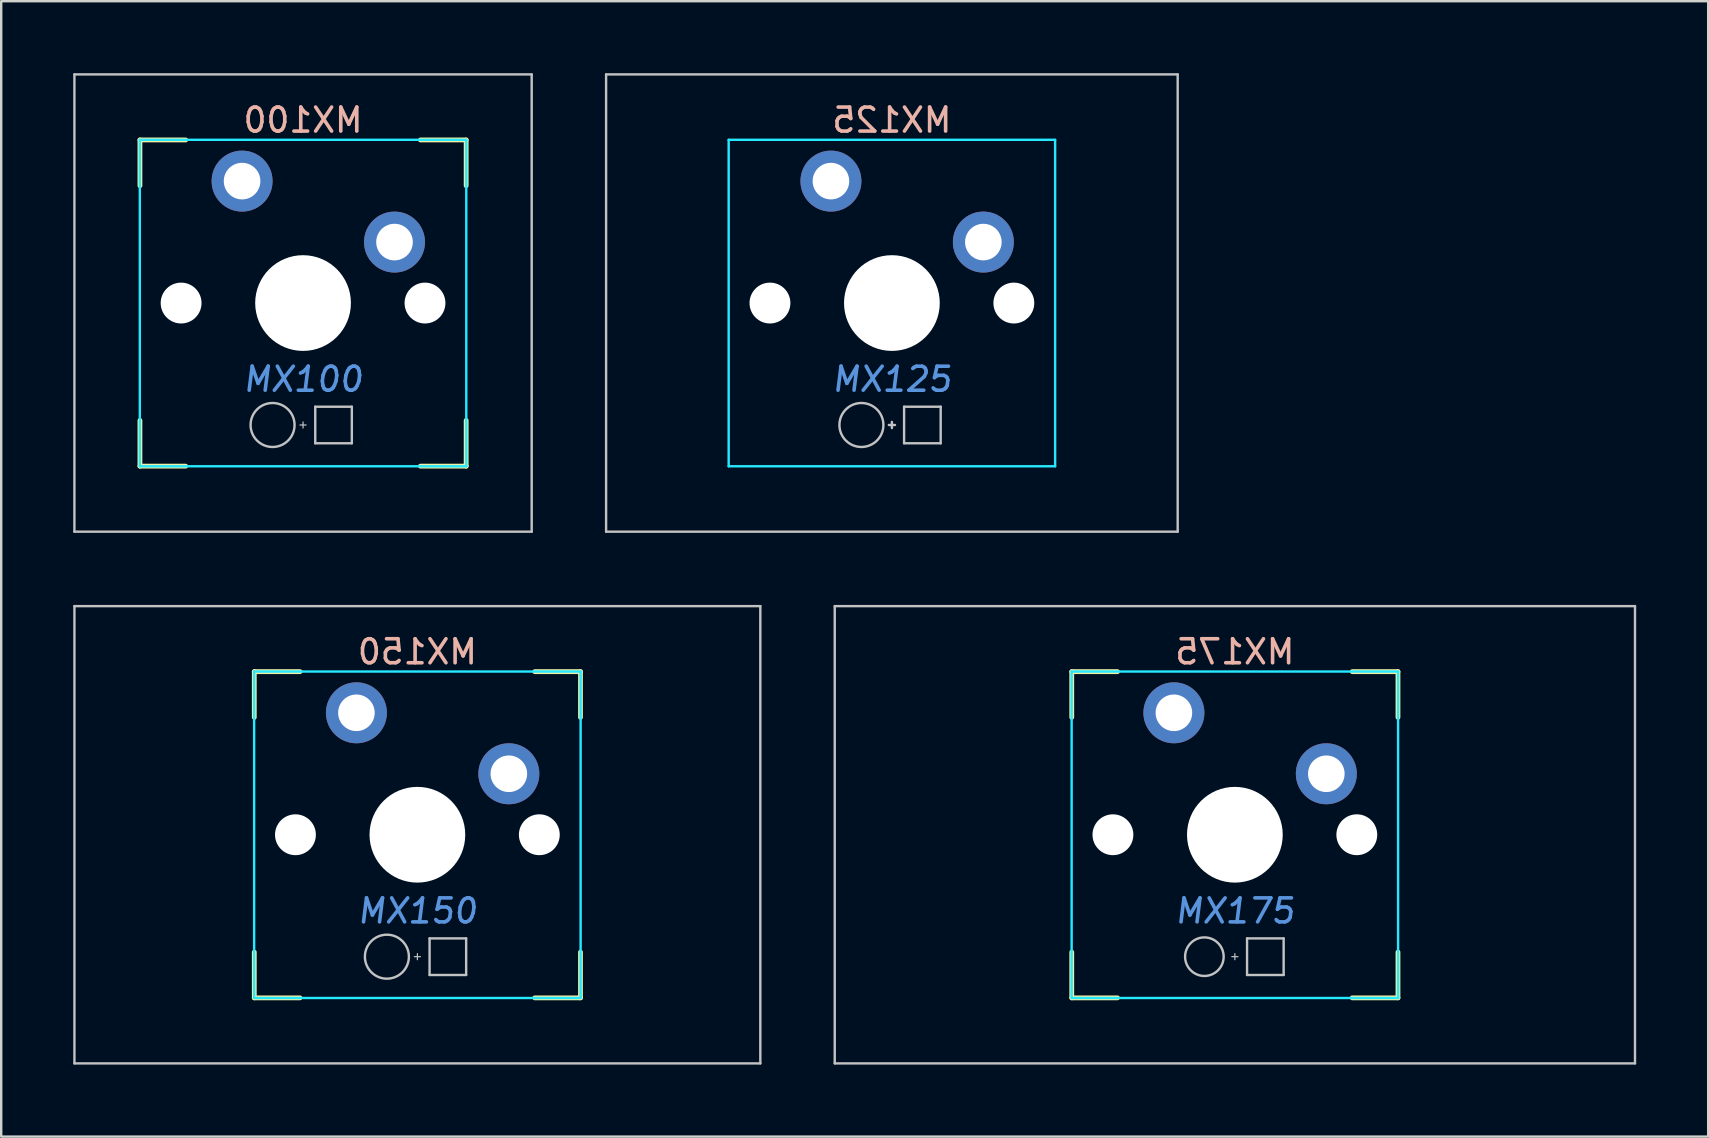
<source format=kicad_pcb>
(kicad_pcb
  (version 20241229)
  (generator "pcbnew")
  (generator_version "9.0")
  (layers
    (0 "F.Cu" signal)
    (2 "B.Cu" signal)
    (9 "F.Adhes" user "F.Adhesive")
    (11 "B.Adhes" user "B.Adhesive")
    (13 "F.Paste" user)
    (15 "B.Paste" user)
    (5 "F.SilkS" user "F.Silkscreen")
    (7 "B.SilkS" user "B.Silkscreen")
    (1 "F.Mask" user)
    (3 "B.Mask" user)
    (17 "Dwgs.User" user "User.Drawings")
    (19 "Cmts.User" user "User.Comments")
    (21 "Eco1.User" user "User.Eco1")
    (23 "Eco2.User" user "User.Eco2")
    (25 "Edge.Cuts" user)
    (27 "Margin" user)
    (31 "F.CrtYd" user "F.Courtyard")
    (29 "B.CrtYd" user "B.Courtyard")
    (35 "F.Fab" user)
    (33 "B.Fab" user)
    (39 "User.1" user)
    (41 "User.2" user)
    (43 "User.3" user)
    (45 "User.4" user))
  (footprint "MX100"
    (layer "F.Cu")
    (at 9.575 9.575)
    (property "Reference" "MX100" (at 0 3.175 0) (layer "Cmts.User") (effects (font (size 1 1) (thickness 0.15) (italic yes))))
    (property "Value" "MX100" (at 0 8.636 0) (layer "Cmts.User") (hide yes) (effects (font (size 1 1) (thickness 0.15))))
    (attr through_hole)
    (fp_line (start -6.795 -4.889) (end -6.795 -6.795) (stroke (width 0.2) (type solid)) (layer "F.SilkS"))
    (fp_line (start -6.795 4.889) (end -6.795 6.795) (stroke (width 0.2) (type solid)) (layer "F.SilkS"))
    (fp_line (start -4.889 -6.795) (end -6.795 -6.795) (stroke (width 0.2) (type solid)) (layer "F.SilkS"))
    (fp_line (start -4.889 6.795) (end -6.795 6.795) (stroke (width 0.2) (type solid)) (layer "F.SilkS"))
    (fp_line (start 4.889 -6.795) (end 6.795 -6.795) (stroke (width 0.2) (type solid)) (layer "F.SilkS"))
    (fp_line (start 4.889 6.795) (end 6.795 6.795) (stroke (width 0.2) (type solid)) (layer "F.SilkS"))
    (fp_line (start 6.795 -4.889) (end 6.795 -6.795) (stroke (width 0.2) (type solid)) (layer "F.SilkS"))
    (fp_line (start 6.795 4.889) (end 6.795 6.795) (stroke (width 0.2) (type solid)) (layer "F.SilkS"))
    (fp_line (start -9.525 -9.525) (end 9.525 -9.525) (stroke (width 0.1) (type solid)) (layer "Dwgs.User"))
    (fp_line (start -9.525 9.525) (end -9.525 -9.525) (stroke (width 0.1) (type solid)) (layer "Dwgs.User"))
    (fp_line (start -0.127 5.08) (end 0.127 5.08) (stroke (width 0.05) (type solid)) (layer "Dwgs.User"))
    (fp_line (start 0 4.953) (end 0 5.207) (stroke (width 0.05) (type solid)) (layer "Dwgs.User"))
    (fp_line (start 0.508 4.318) (end 0.508 5.842) (stroke (width 0.1) (type solid)) (layer "Dwgs.User"))
    (fp_line (start 0.508 4.318) (end 2.032 4.318) (stroke (width 0.1) (type solid)) (layer "Dwgs.User"))
    (fp_line (start 2.032 5.842) (end 0.508 5.842) (stroke (width 0.1) (type solid)) (layer "Dwgs.User"))
    (fp_line (start 2.032 5.842) (end 2.032 4.318) (stroke (width 0.1) (type solid)) (layer "Dwgs.User"))
    (fp_line (start 9.525 -9.525) (end 9.525 9.525) (stroke (width 0.1) (type solid)) (layer "Dwgs.User"))
    (fp_line (start 9.525 9.525) (end -9.525 9.525) (stroke (width 0.1) (type solid)) (layer "Dwgs.User"))
    (fp_circle (center -1.27 5.08) (end -0.354 5.08) (stroke (width 0.1) (type solid)) (fill no) (layer "Dwgs.User"))
    (fp_line (start -6.8 -6.8) (end -6.8 6.8) (stroke (width 0.1) (type solid)) (layer "B.CrtYd"))
    (fp_line (start -6.8 -6.8) (end 6.8 -6.8) (stroke (width 0.1) (type solid)) (layer "B.CrtYd"))
    (fp_line (start -6.8 6.8) (end 6.8 6.8) (stroke (width 0.1) (type solid)) (layer "B.CrtYd"))
    (fp_line (start 6.8 -6.8) (end 6.8 6.8) (stroke (width 0.1) (type solid)) (layer "B.CrtYd"))
    (fp_text user "${VALUE}" (at 0 -7.62 0) (layer "B.SilkS") (effects (font (size 1 1) (thickness 0.15)) (justify mirror)))
    (pad "" np_thru_hole circle (at -5.08 0) (size 1.702 1.702) (drill 1.702) (layers "*.Cu" "*.Mask"))
    (pad "" np_thru_hole circle (at 0 0) (size 3.988 3.988) (drill 3.988) (layers "*.Cu" "*.Mask"))
    (pad "" np_thru_hole circle (at 5.08 0) (size 1.702 1.702) (drill 1.702) (layers "*.Cu" "*.Mask"))
    (pad "1" thru_hole circle (at -2.54 -5.08) (size 2.54 2.54) (drill 1.525) (layers "*.Cu" "*.Mask"))
    (pad "2" thru_hole circle (at 3.81 -2.54 90) (size 2.54 2.54) (drill 1.525) (layers "*.Cu" "*.Mask")))
  (footprint "MX175"
    (layer "F.Cu")
    (at 48.394 31.725)
    (property "Reference" "MX175" (at 0 3.175 0) (layer "Cmts.User") (effects (font (size 1 1) (thickness 0.15) (italic yes))))
    (property "Value" "MX175" (at 0 8.255 0) (layer "Cmts.User") (hide yes) (effects (font (size 1 1) (thickness 0.15))))
    (attr through_hole)
    (fp_line (start -6.795 -4.889) (end -6.795 -6.795) (stroke (width 0.2) (type solid)) (layer "F.SilkS"))
    (fp_line (start -6.795 4.889) (end -6.795 6.795) (stroke (width 0.2) (type solid)) (layer "F.SilkS"))
    (fp_line (start -4.889 -6.795) (end -6.795 -6.795) (stroke (width 0.2) (type solid)) (layer "F.SilkS"))
    (fp_line (start -4.889 6.795) (end -6.795 6.795) (stroke (width 0.2) (type solid)) (layer "F.SilkS"))
    (fp_line (start 4.889 -6.795) (end 6.795 -6.795) (stroke (width 0.2) (type solid)) (layer "F.SilkS"))
    (fp_line (start 4.889 6.795) (end 6.795 6.795) (stroke (width 0.2) (type solid)) (layer "F.SilkS"))
    (fp_line (start 6.795 -4.889) (end 6.795 -6.795) (stroke (width 0.2) (type solid)) (layer "F.SilkS"))
    (fp_line (start 6.795 4.889) (end 6.795 6.795) (stroke (width 0.2) (type solid)) (layer "F.SilkS"))
    (fp_line (start -16.669 -9.525) (end -16.669 9.525) (stroke (width 0.1) (type solid)) (layer "Dwgs.User"))
    (fp_line (start -16.669 -9.525) (end 16.669 -9.525) (stroke (width 0.1) (type solid)) (layer "Dwgs.User"))
    (fp_line (start -16.669 9.525) (end 16.669 9.525) (stroke (width 0.1) (type solid)) (layer "Dwgs.User"))
    (fp_line (start -0.127 5.08) (end 0.127 5.08) (stroke (width 0.05) (type solid)) (layer "Dwgs.User"))
    (fp_line (start 0 4.953) (end 0 5.207) (stroke (width 0.05) (type solid)) (layer "Dwgs.User"))
    (fp_line (start 0.508 4.318) (end 0.508 5.842) (stroke (width 0.1) (type solid)) (layer "Dwgs.User"))
    (fp_line (start 0.508 4.318) (end 2.032 4.318) (stroke (width 0.1) (type solid)) (layer "Dwgs.User"))
    (fp_line (start 0.508 5.842) (end 2.032 5.842) (stroke (width 0.1) (type solid)) (layer "Dwgs.User"))
    (fp_line (start 2.032 5.842) (end 2.032 4.318) (stroke (width 0.1) (type solid)) (layer "Dwgs.User"))
    (fp_line (start 16.669 -9.525) (end 16.669 9.525) (stroke (width 0.1) (type solid)) (layer "Dwgs.User"))
    (fp_circle (center -1.27 5.08) (end -0.467 5.08) (stroke (width 0.1) (type solid)) (fill no) (layer "Dwgs.User"))
    (fp_line (start -6.8 -6.8) (end 6.8 -6.8) (stroke (width 0.1) (type solid)) (layer "B.CrtYd"))
    (fp_line (start -6.8 6.8) (end -6.8 -6.8) (stroke (width 0.1) (type solid)) (layer "B.CrtYd"))
    (fp_line (start -6.8 6.8) (end 6.8 6.8) (stroke (width 0.1) (type solid)) (layer "B.CrtYd"))
    (fp_line (start 6.8 6.8) (end 6.8 -6.8) (stroke (width 0.1) (type solid)) (layer "B.CrtYd"))
    (fp_text user "${VALUE}" (at 0 -7.62 0) (layer "B.SilkS") (effects (font (size 1 1) (thickness 0.15)) (justify mirror)))
    (pad "" np_thru_hole circle (at -5.08 0) (size 1.702 1.702) (drill 1.702) (layers "*.Cu" "*.Mask"))
    (pad "" np_thru_hole circle (at 0 0) (size 3.988 3.988) (drill 3.988) (layers "*.Cu" "*.Mask"))
    (pad "" np_thru_hole circle (at 5.08 0) (size 1.702 1.702) (drill 1.702) (layers "*.Cu" "*.Mask"))
    (pad "1" thru_hole circle (at -2.54 -5.08) (size 2.54 2.54) (drill 1.524) (layers "*.Cu" "*.Mask"))
    (pad "2" thru_hole circle (at 3.81 -2.54) (size 2.54 2.54) (drill 1.524) (layers "*.Cu" "*.Mask")))
  (footprint "MX150"
    (layer "F.Cu")
    (at 14.338 31.725)
    (property "Reference" "MX150" (at 0 3.175 0) (layer "Cmts.User") (effects (font (size 1 1) (thickness 0.15) (italic yes))))
    (property "Value" "MX150" (at 0 6.985 0) (layer "Cmts.User") (hide yes) (effects (font (size 1 1) (thickness 0.15))))
    (attr through_hole)
    (fp_line (start -6.795 -4.889) (end -6.795 -6.795) (stroke (width 0.2) (type solid)) (layer "F.SilkS"))
    (fp_line (start -6.795 4.889) (end -6.795 6.795) (stroke (width 0.2) (type solid)) (layer "F.SilkS"))
    (fp_line (start -4.889 -6.795) (end -6.795 -6.795) (stroke (width 0.2) (type solid)) (layer "F.SilkS"))
    (fp_line (start -4.889 6.795) (end -6.795 6.795) (stroke (width 0.2) (type solid)) (layer "F.SilkS"))
    (fp_line (start 4.889 -6.795) (end 6.795 -6.795) (stroke (width 0.2) (type solid)) (layer "F.SilkS"))
    (fp_line (start 4.889 6.795) (end 6.795 6.795) (stroke (width 0.2) (type solid)) (layer "F.SilkS"))
    (fp_line (start 6.795 -4.889) (end 6.795 -6.795) (stroke (width 0.2) (type solid)) (layer "F.SilkS"))
    (fp_line (start 6.795 4.889) (end 6.795 6.795) (stroke (width 0.2) (type solid)) (layer "F.SilkS"))
    (fp_line (start -14.287 -9.525) (end -14.287 9.525) (stroke (width 0.1) (type solid)) (layer "Dwgs.User"))
    (fp_line (start -14.287 -9.525) (end 14.287 -9.525) (stroke (width 0.1) (type solid)) (layer "Dwgs.User"))
    (fp_line (start -14.287 9.525) (end 14.287 9.525) (stroke (width 0.1) (type solid)) (layer "Dwgs.User"))
    (fp_line (start 0 5.207) (end 0 4.953) (stroke (width 0.05) (type solid)) (layer "Dwgs.User"))
    (fp_line (start 0.127 5.08) (end -0.127 5.08) (stroke (width 0.05) (type solid)) (layer "Dwgs.User"))
    (fp_line (start 0.508 4.318) (end 2.032 4.318) (stroke (width 0.1) (type solid)) (layer "Dwgs.User"))
    (fp_line (start 0.508 5.842) (end 0.508 4.318) (stroke (width 0.1) (type solid)) (layer "Dwgs.User"))
    (fp_line (start 0.508 5.842) (end 2.032 5.842) (stroke (width 0.1) (type solid)) (layer "Dwgs.User"))
    (fp_line (start 2.032 5.842) (end 2.032 4.318) (stroke (width 0.1) (type solid)) (layer "Dwgs.User"))
    (fp_line (start 14.287 -9.525) (end 14.287 9.525) (stroke (width 0.1) (type solid)) (layer "Dwgs.User"))
    (fp_circle (center -1.27 5.08) (end -0.354 5.08) (stroke (width 0.1) (type solid)) (fill no) (layer "Dwgs.User"))
    (fp_line (start -6.8 -6.8) (end 6.8 -6.8) (stroke (width 0.1) (type solid)) (layer "B.CrtYd"))
    (fp_line (start -6.8 6.8) (end -6.8 -6.8) (stroke (width 0.1) (type solid)) (layer "B.CrtYd"))
    (fp_line (start -6.8 6.8) (end 6.8 6.8) (stroke (width 0.1) (type solid)) (layer "B.CrtYd"))
    (fp_line (start 6.8 6.8) (end 6.8 -6.8) (stroke (width 0.1) (type solid)) (layer "B.CrtYd"))
    (fp_text user "${VALUE}" (at 0 -7.62 0) (layer "B.SilkS") (effects (font (size 1 1) (thickness 0.15)) (justify mirror)))
    (pad "" np_thru_hole circle (at -5.08 0) (size 1.702 1.702) (drill 1.702) (layers "*.Cu" "*.Mask"))
    (pad "" np_thru_hole circle (at 0 0) (size 3.988 3.988) (drill 3.988) (layers "*.Cu" "*.Mask"))
    (pad "" np_thru_hole circle (at 5.08 0) (size 1.702 1.702) (drill 1.702) (layers "*.Cu" "*.Mask"))
    (pad "1" thru_hole circle (at -2.54 -5.08) (size 2.54 2.54) (drill 1.524) (layers "*.Cu" "*.Mask"))
    (pad "2" thru_hole circle (at 3.81 -2.54) (size 2.54 2.54) (drill 1.524) (layers "*.Cu" "*.Mask")))
  (footprint "MX125"
    (layer "F.Cu")
    (at 34.106 9.575)
    (property "Reference" "MX125" (at 0 3.175 0) (layer "Cmts.User") (effects (font (size 1 1) (thickness 0.15) (italic yes))))
    (property "Value" "MX125" (at 0 8.636 0) (layer "Cmts.User") (hide yes) (effects (font (size 1 1) (thickness 0.15))))
    (attr through_hole)
    (fp_line (start -11.906 -9.525) (end -11.906 9.525) (stroke (width 0.1) (type solid)) (layer "Dwgs.User"))
    (fp_line (start -11.906 -9.525) (end 11.906 -9.525) (stroke (width 0.1) (type solid)) (layer "Dwgs.User"))
    (fp_line (start -11.906 9.525) (end 11.906 9.525) (stroke (width 0.1) (type solid)) (layer "Dwgs.User"))
    (fp_line (start -0.127 5.08) (end 0.127 5.08) (stroke (width 0.1) (type solid)) (layer "Dwgs.User"))
    (fp_line (start 0 4.953) (end 0 5.207) (stroke (width 0.1) (type solid)) (layer "Dwgs.User"))
    (fp_line (start 0.508 4.318) (end 2.032 4.318) (stroke (width 0.1) (type solid)) (layer "Dwgs.User"))
    (fp_line (start 0.508 5.842) (end 0.508 4.318) (stroke (width 0.1) (type solid)) (layer "Dwgs.User"))
    (fp_line (start 2.032 4.318) (end 2.032 5.842) (stroke (width 0.1) (type solid)) (layer "Dwgs.User"))
    (fp_line (start 2.032 5.842) (end 0.508 5.842) (stroke (width 0.1) (type solid)) (layer "Dwgs.User"))
    (fp_line (start 11.906 -9.525) (end 11.906 9.525) (stroke (width 0.1) (type solid)) (layer "Dwgs.User"))
    (fp_circle (center -1.27 5.08) (end -0.354 5.08) (stroke (width 0.1) (type solid)) (fill no) (layer "Dwgs.User"))
    (fp_line (start -6.8 -6.8) (end -6.8 6.8) (stroke (width 0.1) (type solid)) (layer "B.CrtYd"))
    (fp_line (start -6.8 -6.8) (end 6.8 -6.8) (stroke (width 0.1) (type solid)) (layer "B.CrtYd"))
    (fp_line (start -6.8 6.8) (end 6.8 6.8) (stroke (width 0.1) (type solid)) (layer "B.CrtYd"))
    (fp_line (start 6.8 6.8) (end 6.8 -6.8) (stroke (width 0.1) (type solid)) (layer "B.CrtYd"))
    (fp_text user "${VALUE}" (at 0 -7.62 0) (layer "B.SilkS") (effects (font (size 1 1) (thickness 0.15)) (justify mirror)))
    (pad "" np_thru_hole circle (at -5.08 0) (size 1.702 1.702) (drill 1.702) (layers "*.Cu" "*.Mask"))
    (pad "" np_thru_hole circle (at 0 0) (size 3.988 3.988) (drill 3.988) (layers "*.Cu" "*.Mask"))
    (pad "" np_thru_hole circle (at 5.08 0) (size 1.702 1.702) (drill 1.702) (layers "*.Cu" "*.Mask"))
    (pad "1" thru_hole circle (at -2.54 -5.08) (size 2.54 2.54) (drill 1.524) (layers "*.Cu" "*.Mask"))
    (pad "2" thru_hole circle (at 3.81 -2.54) (size 2.54 2.54) (drill 1.524) (layers "*.Cu" "*.Mask")))
  (gr_rect
    (start -3 -3)
    (end 68.112 44.3)
    (stroke (width 0.1) (type default))
    (fill no)
    (layer "Edge.Cuts")))
</source>
